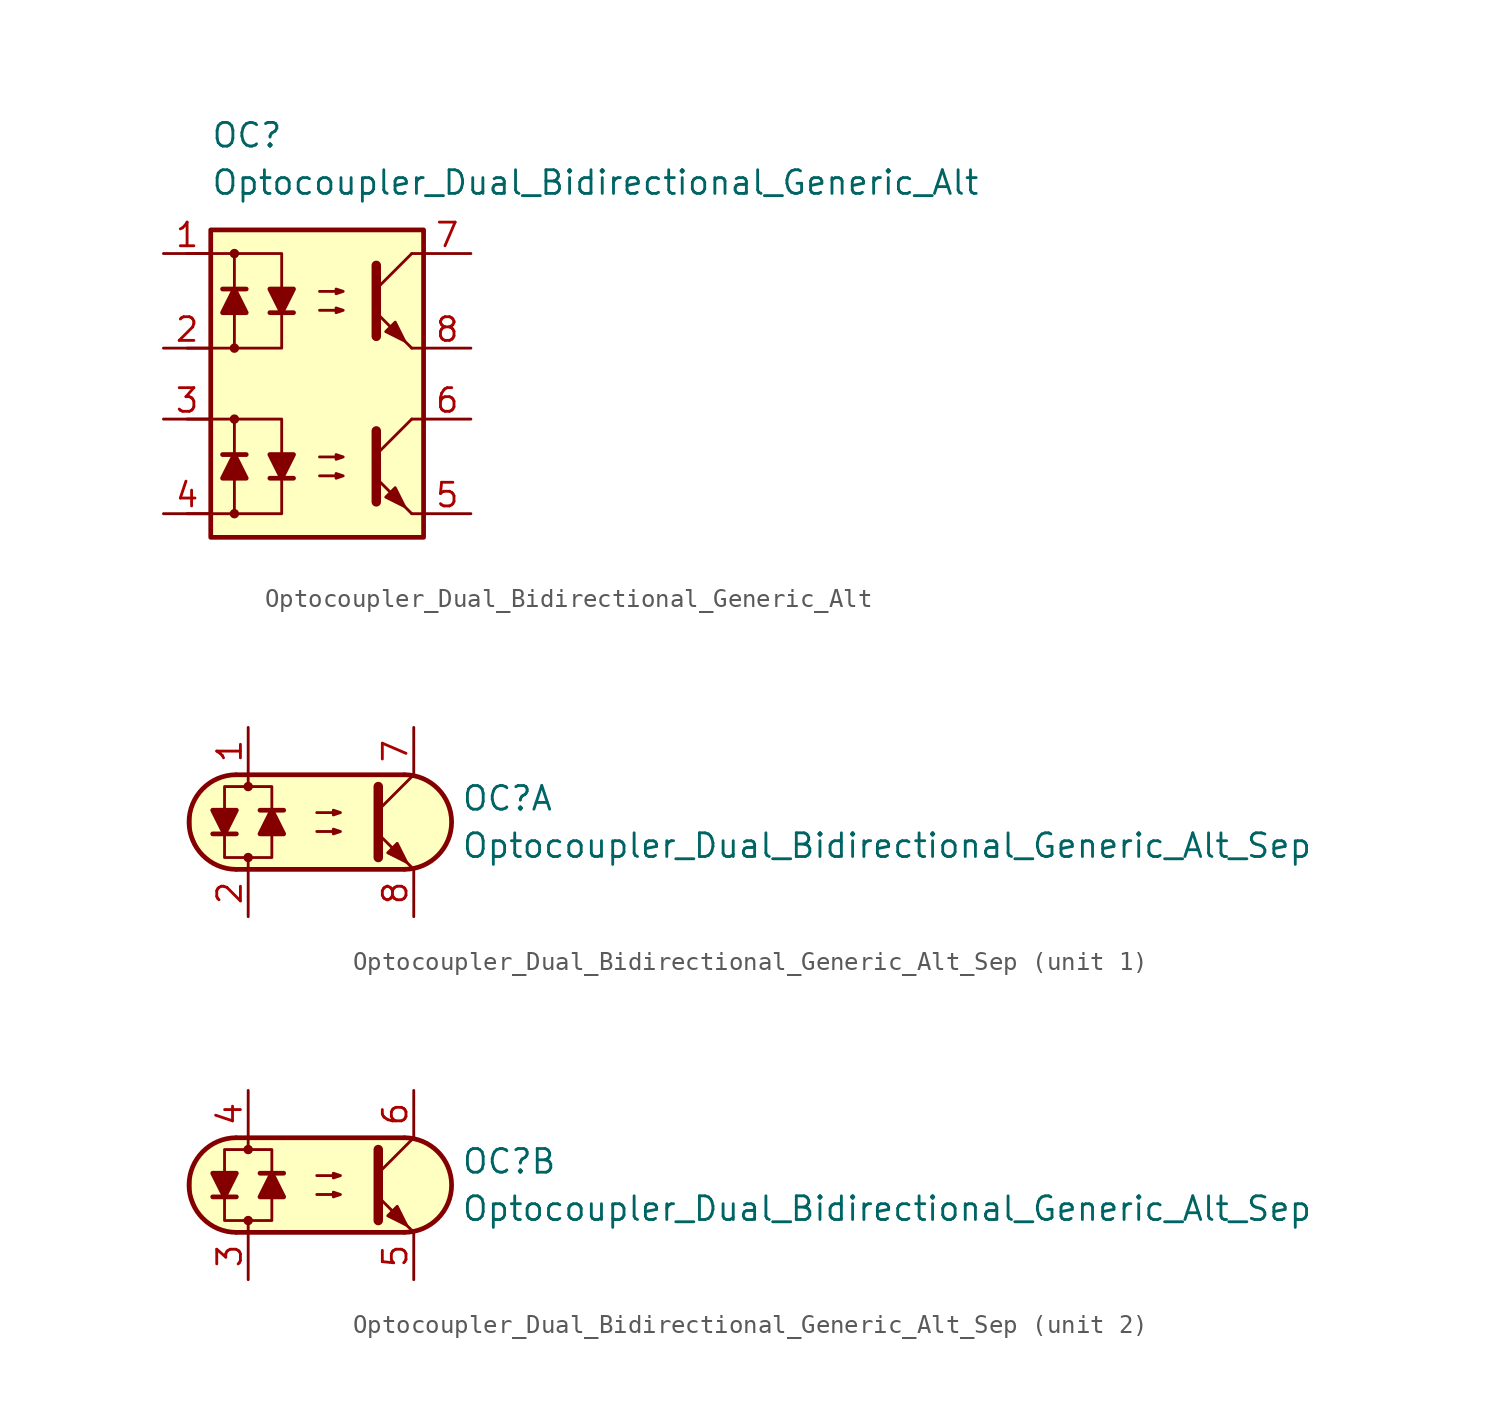
<source format=kicad_sym>
(kicad_symbol_lib
  (version 20211014)
  (generator kicad_symbol_editor)
  (symbol "Optocoupler_AKL:Optocoupler_Dual_Bidirectional_Generic_Alt"
    (pin_names
      (offset 1.016))
    (property "Reference" "OC"
      (at -6.35 8.89 0)
      (effects (font (size 1.27 1.27)) (justify left)))
    (property "Value" "Optocoupler_Dual_Bidirectional_Generic_Alt"
      (at -6.35 6.35 0)
      (effects (font (size 1.27 1.27)) (justify left)))
    (symbol "Optocoupler_Dual_Bidirectional_Generic_Alt_0_0"
      (rectangle (start -6.35 3.81) (end 5.08 -12.7) (stroke (width 0.254) (type default) (color 0 0 0 0)) (fill (type background))))
    (symbol "Optocoupler_Dual_Bidirectional_Generic_Alt_0_1"
      (polyline (pts (xy 2.54 0.635) (xy 4.445 2.54)) (stroke (width 0) (type default) (color 0 0 0 0)) (fill (type none)))
      (polyline (pts (xy 4.445 -2.54) (xy 2.54 -0.635)) (stroke (width 0) (type default) (color 0 0 0 0)) (fill (type outline)))
      (polyline (pts (xy 4.445 -2.54) (xy 5.08 -2.54)) (stroke (width 0) (type default) (color 0 0 0 0)) (fill (type none)))
      (polyline (pts (xy 4.445 2.54) (xy 5.08 2.54)) (stroke (width 0) (type default) (color 0 0 0 0)) (fill (type none)))
      (polyline (pts (xy 2.54 1.905) (xy 2.54 -1.905) (xy 2.54 -1.905)) (stroke (width 0.508) (type default) (color 0 0 0 0)) (fill (type none)))
      (polyline (pts (xy -0.508 -0.508) (xy 0.762 -0.508) (xy 0.381 -0.635) (xy 0.381 -0.381) (xy 0.762 -0.508)) (stroke (width 0) (type default) (color 0 0 0 0)) (fill (type none)))
      (polyline (pts (xy -0.508 0.508) (xy 0.762 0.508) (xy 0.381 0.381) (xy 0.381 0.635) (xy 0.762 0.508)) (stroke (width 0) (type default) (color 0 0 0 0)) (fill (type none)))
      (polyline (pts (xy 3.048 -1.651) (xy 3.556 -1.143) (xy 4.064 -2.159) (xy 3.048 -1.651) (xy 3.048 -1.651)) (stroke (width 0) (type default) (color 0 0 0 0)) (fill (type outline))))
    (symbol "Optocoupler_Dual_Bidirectional_Generic_Alt_1_1"
      (circle (center -5.08 -11.43) (radius 0.178) (stroke (width 0)) (stroke (width 0) (type default) (color 0 0 0 0)) (fill (type outline)))
      (circle (center -5.08 -6.35) (radius 0.178) (stroke (width 0)) (stroke (width 0) (type default) (color 0 0 0 0)) (fill (type outline)))
      (circle (center -5.08 -2.54) (radius 0.178) (stroke (width 0)) (stroke (width 0) (type default) (color 0 0 0 0)) (fill (type outline)))
      (circle (center -5.08 2.54) (radius 0.178) (stroke (width 0)) (stroke (width 0) (type default) (color 0 0 0 0)) (fill (type outline)))
      (polyline (pts (xy -4.445 -8.255) (xy -5.715 -8.255)) (stroke (width 0.254) (type default) (color 0 0 0 0)) (fill (type none)))
      (polyline (pts (xy -4.445 0.635) (xy -5.715 0.635)) (stroke (width 0.254) (type default) (color 0 0 0 0)) (fill (type none)))
      (polyline (pts (xy -3.175 -9.525) (xy -1.905 -9.525)) (stroke (width 0.254) (type default) (color 0 0 0 0)) (fill (type none)))
      (polyline (pts (xy -3.175 -0.635) (xy -1.905 -0.635)) (stroke (width 0.254) (type default) (color 0 0 0 0)) (fill (type none)))
      (polyline (pts (xy 2.54 -8.255) (xy 4.445 -6.35)) (stroke (width 0) (type default) (color 0 0 0 0)) (fill (type none)))
      (polyline (pts (xy 4.445 -11.43) (xy 2.54 -9.525)) (stroke (width 0) (type default) (color 0 0 0 0)) (fill (type outline)))
      (polyline (pts (xy 4.445 -11.43) (xy 5.08 -11.43)) (stroke (width 0) (type default) (color 0 0 0 0)) (fill (type none)))
      (polyline (pts (xy 4.445 -6.35) (xy 5.08 -6.35)) (stroke (width 0) (type default) (color 0 0 0 0)) (fill (type none)))
      (polyline (pts (xy -7.62 -6.35) (xy -5.08 -6.35) (xy -5.08 -9.525)) (stroke (width 0) (type default) (color 0 0 0 0)) (fill (type none)))
      (polyline (pts (xy -7.62 2.54) (xy -5.08 2.54) (xy -5.08 -0.635)) (stroke (width 0) (type default) (color 0 0 0 0)) (fill (type none)))
      (polyline (pts (xy -5.08 -9.525) (xy -5.08 -11.43) (xy -7.62 -11.43)) (stroke (width 0) (type default) (color 0 0 0 0)) (fill (type none)))
      (polyline (pts (xy -5.08 -6.35) (xy -2.54 -6.35) (xy -2.54 -9.525)) (stroke (width 0) (type default) (color 0 0 0 0)) (fill (type none)))
      (polyline (pts (xy -5.08 -0.635) (xy -5.08 -2.54) (xy -7.62 -2.54)) (stroke (width 0) (type default) (color 0 0 0 0)) (fill (type none)))
      (polyline (pts (xy -5.08 2.54) (xy -2.54 2.54) (xy -2.54 -0.635)) (stroke (width 0) (type default) (color 0 0 0 0)) (fill (type none)))
      (polyline (pts (xy -2.54 -9.525) (xy -2.54 -11.43) (xy -5.08 -11.43)) (stroke (width 0) (type default) (color 0 0 0 0)) (fill (type none)))
      (polyline (pts (xy -2.54 -0.635) (xy -2.54 -2.54) (xy -5.08 -2.54)) (stroke (width 0) (type default) (color 0 0 0 0)) (fill (type none)))
      (polyline (pts (xy 2.54 -6.985) (xy 2.54 -10.795) (xy 2.54 -10.795)) (stroke (width 0.508) (type default) (color 0 0 0 0)) (fill (type none)))
      (polyline (pts (xy -5.08 -8.255) (xy -4.445 -9.525) (xy -5.715 -9.525) (xy -5.08 -8.255)) (stroke (width 0.254) (type default) (color 0 0 0 0)) (fill (type outline)))
      (polyline (pts (xy -5.08 0.635) (xy -4.445 -0.635) (xy -5.715 -0.635) (xy -5.08 0.635)) (stroke (width 0.254) (type default) (color 0 0 0 0)) (fill (type outline)))
      (polyline (pts (xy -2.54 -9.525) (xy -3.175 -8.255) (xy -1.905 -8.255) (xy -2.54 -9.525)) (stroke (width 0.254) (type default) (color 0 0 0 0)) (fill (type outline)))
      (polyline (pts (xy -2.54 -0.635) (xy -3.175 0.635) (xy -1.905 0.635) (xy -2.54 -0.635)) (stroke (width 0.254) (type default) (color 0 0 0 0)) (fill (type outline)))
      (polyline (pts (xy -0.508 -9.398) (xy 0.762 -9.398) (xy 0.381 -9.525) (xy 0.381 -9.271) (xy 0.762 -9.398)) (stroke (width 0) (type default) (color 0 0 0 0)) (fill (type none)))
      (polyline (pts (xy -0.508 -8.382) (xy 0.762 -8.382) (xy 0.381 -8.509) (xy 0.381 -8.255) (xy 0.762 -8.382)) (stroke (width 0) (type default) (color 0 0 0 0)) (fill (type none)))
      (polyline (pts (xy 3.048 -10.541) (xy 3.556 -10.033) (xy 4.064 -11.049) (xy 3.048 -10.541) (xy 3.048 -10.541)) (stroke (width 0) (type default) (color 0 0 0 0)) (fill (type outline)))
      (pin passive line (at -8.89 2.54 0) (length 2.54) (name "~" (effects (font (size 1.27 1.27)))) (number "1" (effects (font (size 1.27 1.27)))))
      (pin passive line (at -8.89 -2.54 0) (length 2.54) (name "~" (effects (font (size 1.27 1.27)))) (number "2" (effects (font (size 1.27 1.27)))))
      (pin passive line (at -8.89 -6.35 0) (length 2.54) (name "~" (effects (font (size 1.27 1.27)))) (number "3" (effects (font (size 1.27 1.27)))))
      (pin passive line (at -8.89 -11.43 0) (length 2.54) (name "~" (effects (font (size 1.27 1.27)))) (number "4" (effects (font (size 1.27 1.27)))))
      (pin passive line (at 7.62 -11.43 180) (length 2.54) (name "~" (effects (font (size 1.27 1.27)))) (number "5" (effects (font (size 1.27 1.27)))))
      (pin passive line (at 7.62 -6.35 180) (length 2.54) (name "~" (effects (font (size 1.27 1.27)))) (number "6" (effects (font (size 1.27 1.27)))))
      (pin passive line (at 7.62 2.54 180) (length 2.54) (name "~" (effects (font (size 1.27 1.27)))) (number "7" (effects (font (size 1.27 1.27)))))
      (pin passive line (at 7.62 -2.54 180) (length 2.54) (name "~" (effects (font (size 1.27 1.27)))) (number "8" (effects (font (size 1.27 1.27)))))))
  (symbol "Optocoupler_AKL:Optocoupler_Dual_Bidirectional_Generic_Alt_Sep"
    (pin_names
      (offset 1.016))
    (property "Reference" "OC"
      (at 7.62 1.27 0)
      (effects (font (size 1.27 1.27)) (justify left)))
    (property "Value" "Optocoupler_Dual_Bidirectional_Generic_Alt_Sep"
      (at 7.62 -1.27 0)
      (effects (font (size 1.27 1.27)) (justify left)))
    (property "ki_locked" ""
      (at 0 0 0)
      (effects (font (size 1.27 1.27))))
    (symbol "Optocoupler_Dual_Bidirectional_Generic_Alt_Sep_0_1"
      (arc (start -4.4675 2.54) (mid -6.9851 0) (end -4.4675 -2.54) (stroke (width 0.254) (type default) (color 0 0 0 0)) (fill (type none)))
      (circle (center -3.81 -1.905) (radius 0.178) (stroke (width 0)) (stroke (width 0) (type default) (color 0 0 0 0)) (fill (type outline)))
      (circle (center -3.81 1.905) (radius 0.178) (stroke (width 0)) (stroke (width 0) (type default) (color 0 0 0 0)) (fill (type outline)))
      (polyline (pts (xy -5.715 -0.635) (xy -4.445 -0.635)) (stroke (width 0.254) (type default) (color 0 0 0 0)) (fill (type none)))
      (polyline (pts (xy -4.445 2.54) (xy 4.572 2.54)) (stroke (width 0.254) (type default) (color 0 0 0 0)) (fill (type none)))
      (polyline (pts (xy -3.81 1.905) (xy -3.81 2.54)) (stroke (width 0.152) (type default) (color 0 0 0 0)) (fill (type none)))
      (polyline (pts (xy -1.905 0.635) (xy -3.175 0.635)) (stroke (width 0.254) (type default) (color 0 0 0 0)) (fill (type none)))
      (polyline (pts (xy 3.175 0.635) (xy 5.08 2.54)) (stroke (width 0) (type default) (color 0 0 0 0)) (fill (type none)))
      (polyline (pts (xy 4.572 -2.54) (xy -4.445 -2.54)) (stroke (width 0.254) (type default) (color 0 0 0 0)) (fill (type none)))
      (polyline (pts (xy 5.08 -2.54) (xy 3.175 -0.635)) (stroke (width 0) (type default) (color 0 0 0 0)) (fill (type outline)))
      (polyline (pts (xy 3.175 1.905) (xy 3.175 -1.905) (xy 3.175 -1.905)) (stroke (width 0.508) (type default) (color 0 0 0 0)) (fill (type none)))
      (polyline (pts (xy -5.08 -0.635) (xy -5.715 0.635) (xy -4.445 0.635) (xy -5.08 -0.635)) (stroke (width 0.254) (type default) (color 0 0 0 0)) (fill (type outline)))
      (polyline (pts (xy -2.54 0.635) (xy -1.905 -0.635) (xy -3.175 -0.635) (xy -2.54 0.635)) (stroke (width 0.254) (type default) (color 0 0 0 0)) (fill (type outline)))
      (polyline (pts (xy -0.127 -0.508) (xy 1.143 -0.508) (xy 0.762 -0.635) (xy 0.762 -0.381) (xy 1.143 -0.508)) (stroke (width 0) (type default) (color 0 0 0 0)) (fill (type none)))
      (polyline (pts (xy -0.127 0.508) (xy 1.143 0.508) (xy 0.762 0.381) (xy 0.762 0.635) (xy 1.143 0.508)) (stroke (width 0) (type default) (color 0 0 0 0)) (fill (type none)))
      (polyline (pts (xy 3.683 -1.651) (xy 4.191 -1.143) (xy 4.699 -2.159) (xy 3.683 -1.651) (xy 3.683 -1.651)) (stroke (width 0) (type default) (color 0 0 0 0)) (fill (type outline)))
      (polyline (pts (xy -3.81 -2.54) (xy -3.81 -1.905) (xy -5.08 -1.905) (xy -5.08 1.905) (xy -2.54 1.905) (xy -2.54 -1.905) (xy -3.81 -1.905)) (stroke (width 0.152) (type default) (color 0 0 0 0)) (fill (type none)))
      (polyline (pts (xy -3.81 2.54) (xy 4.826 2.54) (xy 5.334 2.413) (xy 5.969 2.159) (xy 6.604 1.524) (xy 6.985 0.762) (xy 7.112 0) (xy 6.985 -0.889) (xy 6.477 -1.651) (xy 5.969 -2.159) (xy 5.334 -2.413) (xy 4.699 -2.54) (xy -5.08 -2.54) (xy -5.08 -2.54) (xy -5.842 -2.032) (xy -6.35 -1.778) (xy -6.858 -0.508) (xy -6.858 0.254) (xy -6.858 1.016) (xy -6.35 1.778) (xy -5.588 2.286) (xy -4.826 2.54) (xy -3.81 2.54)) (stroke (width 0.01) (type default) (color 0 0 0 0)) (fill (type background)))
      (arc (start 4.5945 -2.54) (mid 7.1121 0) (end 4.5945 2.54) (stroke (width 0.254) (type default) (color 0 0 0 0)) (fill (type none))))
    (symbol "Optocoupler_Dual_Bidirectional_Generic_Alt_Sep_1_1"
      (pin passive line (at -3.81 5.08 270) (length 2.54) (name "~" (effects (font (size 1.27 1.27)))) (number "1" (effects (font (size 1.27 1.27)))))
      (pin passive line (at -3.81 -5.08 90) (length 2.54) (name "~" (effects (font (size 1.27 1.27)))) (number "2" (effects (font (size 1.27 1.27)))))
      (pin passive line (at 5.08 5.08 270) (length 2.54) (name "~" (effects (font (size 1.27 1.27)))) (number "7" (effects (font (size 1.27 1.27)))))
      (pin passive line (at 5.08 -5.08 90) (length 2.54) (name "~" (effects (font (size 1.27 1.27)))) (number "8" (effects (font (size 1.27 1.27))))))
    (symbol "Optocoupler_Dual_Bidirectional_Generic_Alt_Sep_2_1"
      (pin passive line (at -3.81 -5.08 90) (length 2.54) (name "~" (effects (font (size 1.27 1.27)))) (number "3" (effects (font (size 1.27 1.27)))))
      (pin passive line (at -3.81 5.08 270) (length 2.54) (name "~" (effects (font (size 1.27 1.27)))) (number "4" (effects (font (size 1.27 1.27)))))
      (pin passive line (at 5.08 -5.08 90) (length 2.54) (name "~" (effects (font (size 1.27 1.27)))) (number "5" (effects (font (size 1.27 1.27)))))
      (pin passive line (at 5.08 5.08 270) (length 2.54) (name "~" (effects (font (size 1.27 1.27)))) (number "6" (effects (font (size 1.27 1.27))))))))
</source>
